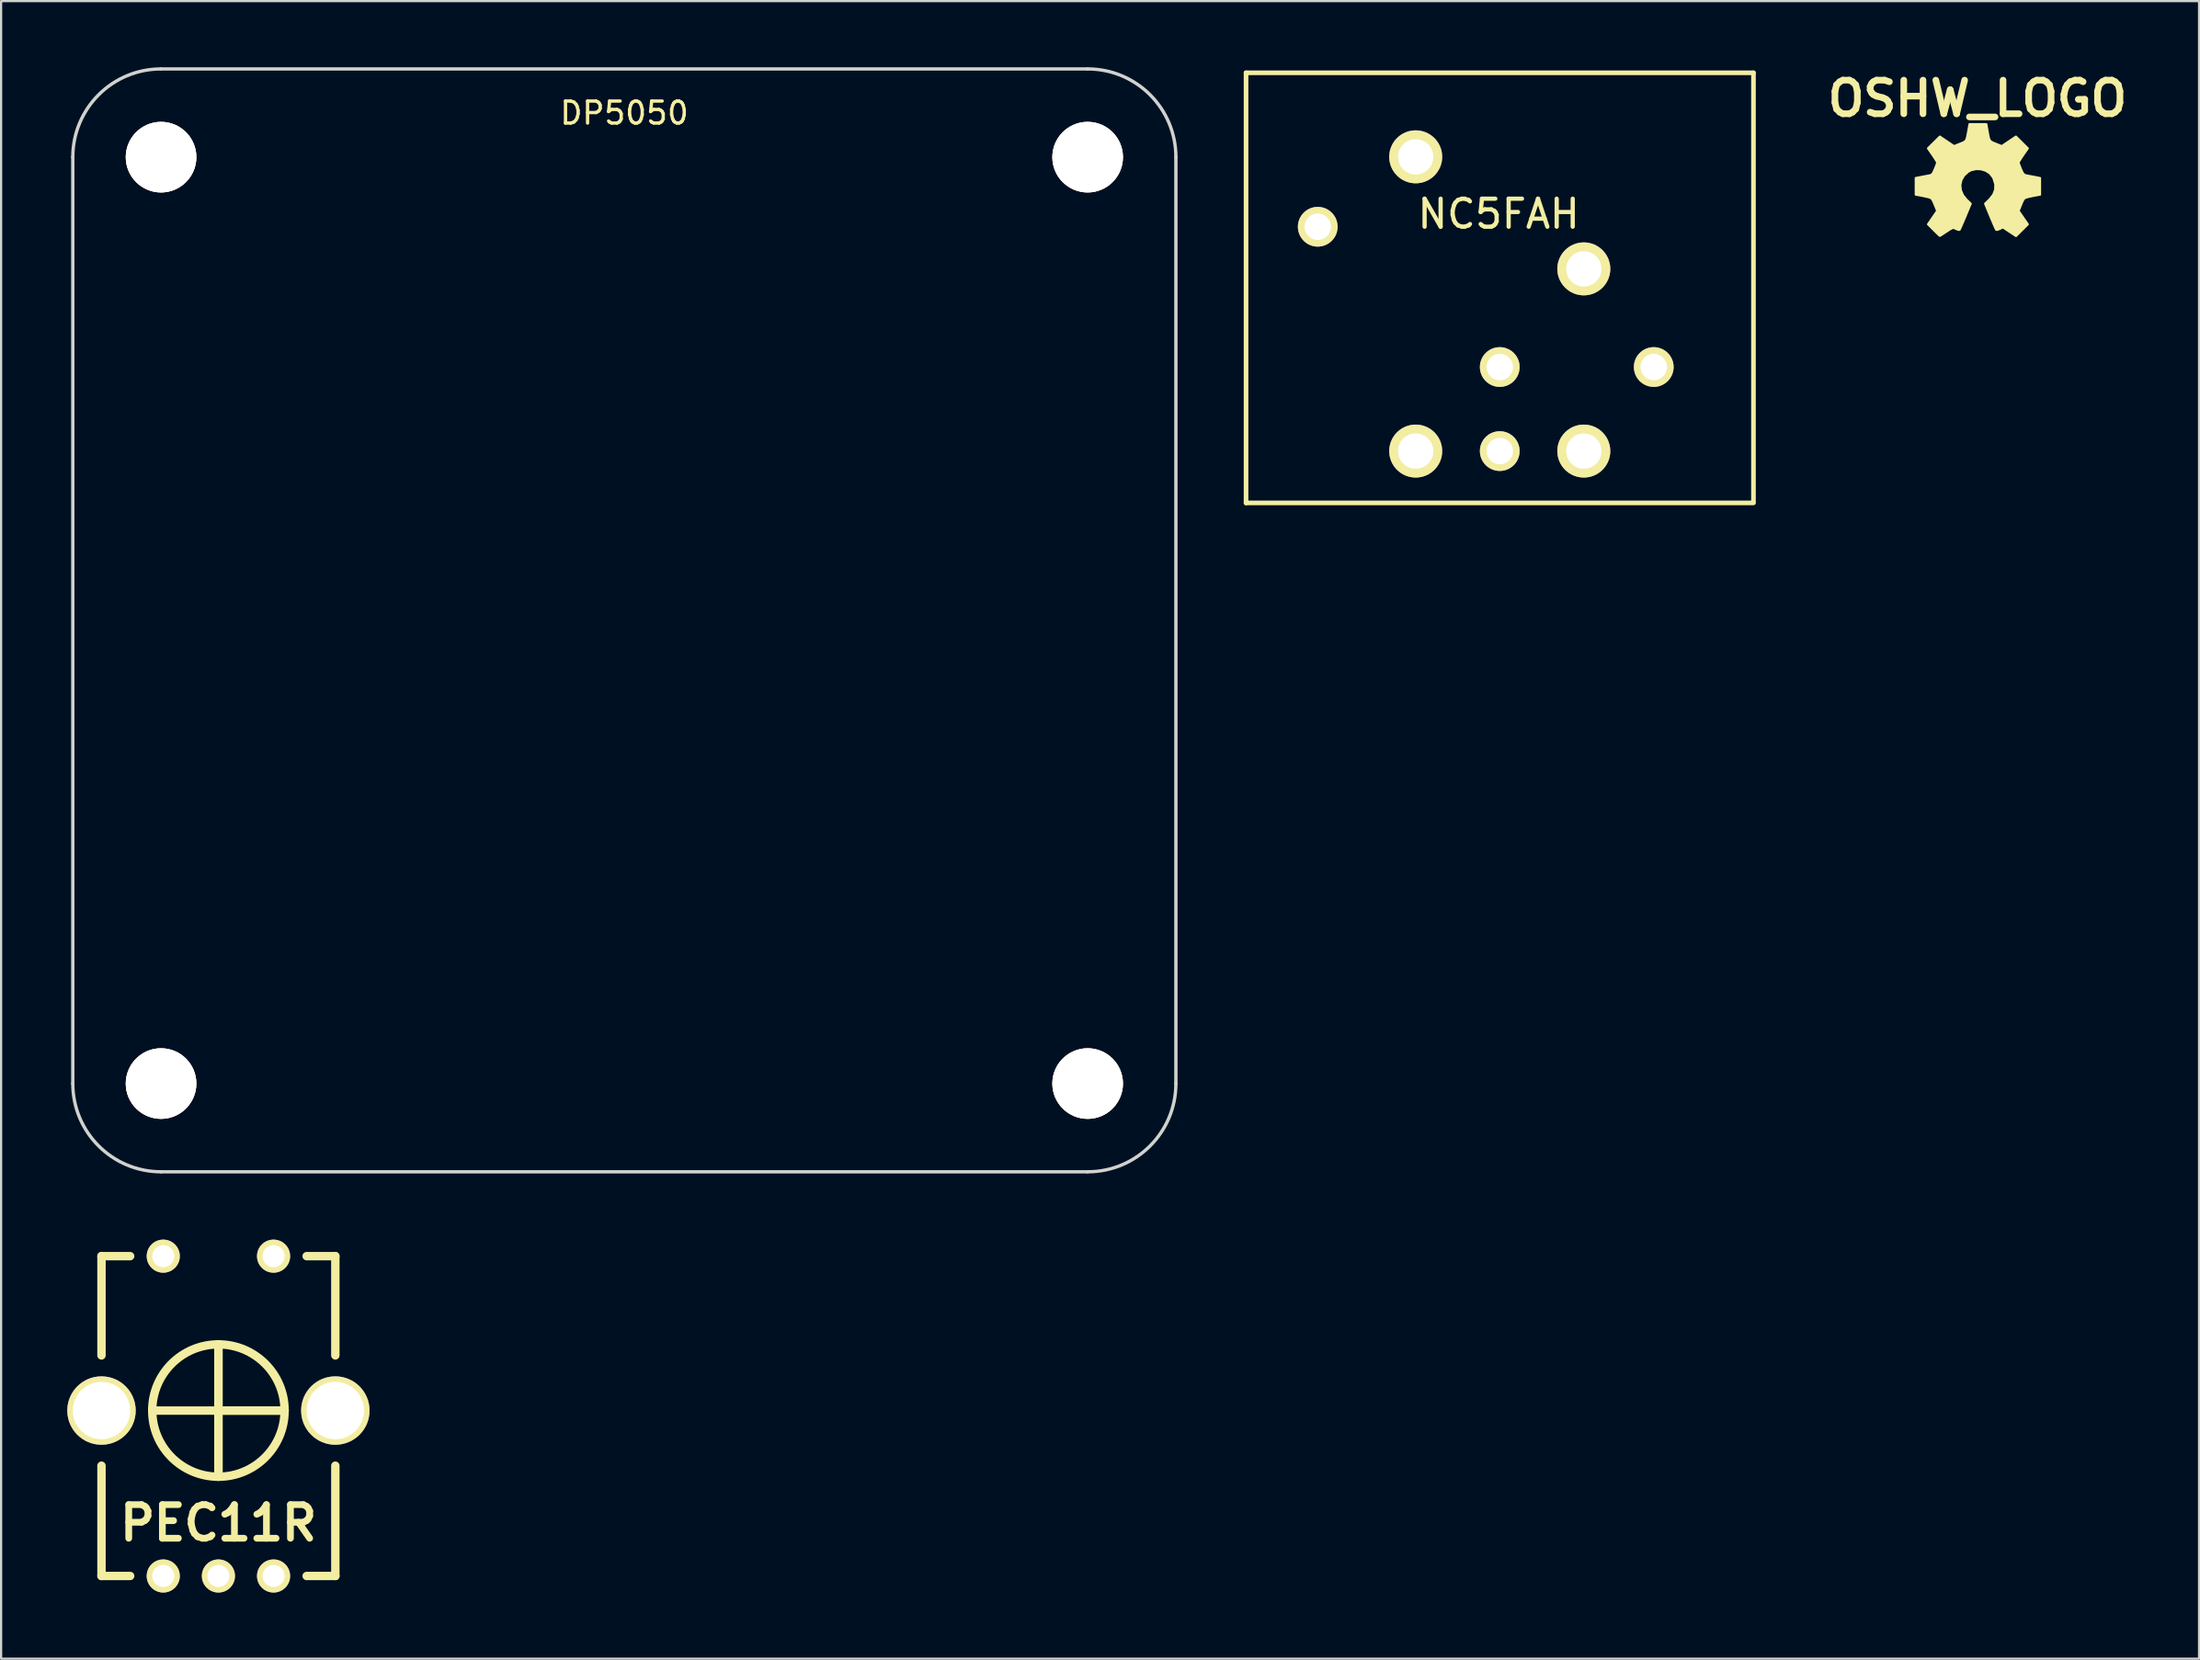
<source format=kicad_pcb>
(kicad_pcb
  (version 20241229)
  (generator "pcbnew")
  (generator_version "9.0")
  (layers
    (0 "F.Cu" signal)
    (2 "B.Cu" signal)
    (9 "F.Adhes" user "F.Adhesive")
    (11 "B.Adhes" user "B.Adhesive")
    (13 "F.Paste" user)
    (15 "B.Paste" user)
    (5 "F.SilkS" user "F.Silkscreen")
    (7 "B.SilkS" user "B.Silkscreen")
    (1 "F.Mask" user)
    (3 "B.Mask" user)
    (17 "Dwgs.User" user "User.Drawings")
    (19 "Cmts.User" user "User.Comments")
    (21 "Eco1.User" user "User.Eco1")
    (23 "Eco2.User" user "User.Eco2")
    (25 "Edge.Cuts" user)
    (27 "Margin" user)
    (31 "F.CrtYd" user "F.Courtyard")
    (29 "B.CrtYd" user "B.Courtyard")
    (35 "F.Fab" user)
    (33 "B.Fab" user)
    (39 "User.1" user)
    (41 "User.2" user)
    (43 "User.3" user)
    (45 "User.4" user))
  (footprint "PEC11R"
    (layer "F.Cu")
    (at 1.55 60.9)
    (property "Reference" "PEC11R" (at 5.3 5.1 0) (layer "F.SilkS") (effects (font (size 1.524 1.524) (thickness 0.305))))
    (attr through_hole)
    (fp_line (start 0 -7) (end 1.3 -7) (stroke (width 0.381) (type solid)) (layer "F.SilkS"))
    (fp_line (start 0 -2.5) (end 0 -7) (stroke (width 0.381) (type solid)) (layer "F.SilkS"))
    (fp_line (start 0 2.5) (end 0 7.5) (stroke (width 0.381) (type solid)) (layer "F.SilkS"))
    (fp_line (start 0 7.5) (end 1.3 7.5) (stroke (width 0.381) (type solid)) (layer "F.SilkS"))
    (fp_line (start 5.3 -3) (end 5.3 3) (stroke (width 0.381) (type solid)) (layer "F.SilkS"))
    (fp_line (start 5.3 0) (end 5.3 -3) (stroke (width 0.381) (type solid)) (layer "F.SilkS"))
    (fp_line (start 5.3 0) (end 8.3 0) (stroke (width 0.381) (type solid)) (layer "F.SilkS"))
    (fp_line (start 5.3 3) (end 5.3 0) (stroke (width 0.381) (type solid)) (layer "F.SilkS"))
    (fp_line (start 8.3 0) (end 2.3 0) (stroke (width 0.381) (type solid)) (layer "F.SilkS"))
    (fp_line (start 10.6 -7) (end 9.3 -7) (stroke (width 0.381) (type solid)) (layer "F.SilkS"))
    (fp_line (start 10.6 -2.5) (end 10.6 -7) (stroke (width 0.381) (type solid)) (layer "F.SilkS"))
    (fp_line (start 10.6 2.5) (end 10.6 7.5) (stroke (width 0.381) (type solid)) (layer "F.SilkS"))
    (fp_line (start 10.6 7.5) (end 9.3 7.5) (stroke (width 0.381) (type solid)) (layer "F.SilkS"))
    (fp_circle (center 5.3 0) (end 8.3 0) (stroke (width 0.381) (type solid)) (fill no) (layer "F.SilkS"))
    (pad "1" thru_hole circle (at 2.8 -7) (size 1.5 1.5) (drill 1) (layers "*.Cu" "*.Mask" "F.SilkS"))
    (pad "2" thru_hole circle (at 7.8 -7) (size 1.5 1.5) (drill 1) (layers "*.Cu" "*.Mask" "F.SilkS"))
    (pad "A" thru_hole circle (at 2.8 7.5) (size 1.5 1.5) (drill 1) (layers "*.Cu" "*.Mask" "F.SilkS"))
    (pad "B" thru_hole circle (at 7.8 7.5) (size 1.5 1.5) (drill 1) (layers "*.Cu" "*.Mask" "F.SilkS"))
    (pad "C" thru_hole circle (at 5.3 7.5) (size 1.5 1.5) (drill 1) (layers "*.Cu" "*.Mask" "F.SilkS"))
    (pad "M1" thru_hole circle (at 0 0) (size 3.1 3.1) (drill 2.6) (layers "*.Cu" "*.Mask" "F.SilkS"))
    (pad "M2" thru_hole circle (at 10.6 0) (size 3.1 3.1) (drill 2.6) (layers "*.Cu" "*.Mask" "F.SilkS")))
  (footprint "DP5050"
    (layer "F.Cu")
    (at 0.25 40.075)
    (property "Reference" "DP5050" (at 25 -38 0) (layer "F.SilkS") (effects (font (size 1 1) (thickness 0.15))))
    (attr through_hole)
    (fp_line (start 0 -36) (end 0 6) (stroke (width 0.15) (type solid)) (layer "Edge.Cuts"))
    (fp_line (start 4 -40) (end 46 -40) (stroke (width 0.15) (type solid)) (layer "Edge.Cuts"))
    (fp_line (start 4 10) (end 46 10) (stroke (width 0.15) (type solid)) (layer "Edge.Cuts"))
    (fp_line (start 50 -36) (end 50 6) (stroke (width 0.15) (type solid)) (layer "Edge.Cuts"))
    (fp_arc (start 0 -36) (mid 1.171573 -38.828427) (end 4 -40) (stroke (width 0.15) (type solid)) (layer "Edge.Cuts"))
    (fp_arc (start 4 10) (mid 1.171573 8.828427) (end 0 6) (stroke (width 0.15) (type solid)) (layer "Edge.Cuts"))
    (fp_arc (start 46 -40) (mid 48.828427 -38.828427) (end 50 -36) (stroke (width 0.15) (type solid)) (layer "Edge.Cuts"))
    (fp_arc (start 50 6) (mid 48.828427 8.828427) (end 46 10) (stroke (width 0.15) (type solid)) (layer "Edge.Cuts"))
    (pad "" thru_hole circle (at 4 -36) (size 3.2 3.2) (drill 3.2) (layers "*.Cu" "*.Mask" "F.SilkS"))
    (pad "" thru_hole circle (at 4 6) (size 3.2 3.2) (drill 3.2) (layers "*.Cu" "*.Mask" "F.SilkS"))
    (pad "" thru_hole circle (at 46 -36) (size 3.2 3.2) (drill 3.2) (layers "*.Cu" "*.Mask" "F.SilkS"))
    (pad "" thru_hole circle (at 46 6) (size 3.2 3.2) (drill 3.2) (layers "*.Cu" "*.Mask" "F.SilkS")))
  (footprint "OSHW_LOGO"
    (layer "F.Cu")
    (at 86.582 5.228)
    (property "Reference" "OSHW_LOGO" (at 0 -3.81 0) (layer "F.SilkS") (effects (font (size 1.524 1.524) (thickness 0.3))))
    (attr through_hole)
    (fp_poly (pts (xy 2.836 0.546) (xy 2.678 0.574) (xy 2.536 0.6) (xy 2.369 0.636) (xy 2.31 0.65) (xy 2.203 0.678) (xy 2.132 0.713) (xy 2.08 0.774) (xy 2.027 0.882) (xy 1.982 0.991) (xy 1.862 1.284) (xy 2.072 1.588) (xy 2.281 1.891) (xy 2.014 2.156) (xy 1.747 2.421) (xy 1.449 2.223) (xy 1.152 2.025) (xy 1.016 2.095) (xy 0.92 2.134) (xy 0.859 2.141) (xy 0.854 2.138) (xy 0.828 2.091) (xy 0.778 1.98) (xy 0.708 1.819) (xy 0.626 1.625) (xy 0.588 1.534) (xy 0.35 0.957) (xy 0.551 0.761) (xy 0.721 0.547) (xy 0.808 0.318) (xy 0.812 0.074) (xy 0.733 -0.185) (xy 0.704 -0.244) (xy 0.57 -0.415) (xy 0.385 -0.538) (xy 0.167 -0.606) (xy -0.064 -0.616) (xy -0.288 -0.564) (xy -0.415 -0.498) (xy -0.606 -0.326) (xy -0.728 -0.119) (xy -0.778 0.109) (xy -0.755 0.344) (xy -0.659 0.572) (xy -0.506 0.764) (xy -0.307 0.957) (xy -0.548 1.537) (xy -0.635 1.742) (xy -0.711 1.919) (xy -0.77 2.052) (xy -0.807 2.129) (xy -0.814 2.14) (xy -0.864 2.139) (xy -0.955 2.105) (xy -0.974 2.095) (xy -1.043 2.063) (xy -1.099 2.053) (xy -1.165 2.072) (xy -1.259 2.126) (xy -1.401 2.219) (xy -1.536 2.308) (xy -1.641 2.376) (xy -1.698 2.41) (xy -1.704 2.413) (xy -1.737 2.385) (xy -1.815 2.311) (xy -1.924 2.204) (xy -1.977 2.151) (xy -2.238 1.89) (xy -2.029 1.587) (xy -1.82 1.284) (xy -1.939 0.991) (xy -2.003 0.842) (xy -2.053 0.751) (xy -2.109 0.7) (xy -2.189 0.669) (xy -2.268 0.65) (xy -2.429 0.614) (xy -2.587 0.582) (xy -2.635 0.574) (xy -2.794 0.546) (xy -2.794 0.17) (xy -2.794 -0.206) (xy -2.572 -0.249) (xy -2.409 -0.281) (xy -2.252 -0.31) (xy -2.195 -0.32) (xy -2.109 -0.341) (xy -2.049 -0.382) (xy -1.996 -0.463) (xy -1.932 -0.603) (xy -1.931 -0.607) (xy -1.874 -0.745) (xy -1.835 -0.854) (xy -1.82 -0.907) (xy -1.843 -0.958) (xy -1.904 -1.059) (xy -1.991 -1.192) (xy -2.03 -1.249) (xy -2.239 -1.552) (xy -1.971 -1.818) (xy -1.703 -2.083) (xy -1.382 -1.867) (xy -1.061 -1.65) (xy -0.784 -1.761) (xy -0.66 -1.811) (xy -0.576 -1.856) (xy -0.52 -1.911) (xy -0.483 -1.996) (xy -0.452 -2.126) (xy -0.417 -2.32) (xy -0.411 -2.349) (xy -0.359 -2.646) (xy 0.021 -2.646) (xy 0.401 -2.646) (xy 0.454 -2.349) (xy 0.49 -2.146) (xy 0.521 -2.009) (xy 0.557 -1.92) (xy 0.61 -1.862) (xy 0.69 -1.817) (xy 0.808 -1.768) (xy 0.827 -1.761) (xy 1.103 -1.65) (xy 1.424 -1.867) (xy 1.745 -2.083) (xy 2.013 -1.818) (xy 2.281 -1.552) (xy 2.072 -1.249) (xy 1.978 -1.109) (xy 1.905 -0.993) (xy 1.866 -0.92) (xy 1.863 -0.907) (xy 1.878 -0.851) (xy 1.919 -0.741) (xy 1.973 -0.607) (xy 2.037 -0.466) (xy 2.09 -0.384) (xy 2.15 -0.342) (xy 2.236 -0.32) (xy 2.238 -0.32) (xy 2.373 -0.295) (xy 2.54 -0.264) (xy 2.614 -0.249) (xy 2.836 -0.206) (xy 2.836 0.17) (xy 2.836 0.546)) (stroke (width 0.1) (type solid)) (fill yes) (layer "F.SilkS")))
  (footprint "NC5FAH"
    (layer "F.Cu")
    (at 64.93 0.25)
    (property "Reference" "NC5FAH" (at -0.05 6.4 0) (layer "F.SilkS") (effects (font (size 1.27 1.27) (thickness 0.191))))
    (attr through_hole)
    (fp_line (start -11.5 0) (end -11.5 19.5) (stroke (width 0.21) (type solid)) (layer "F.SilkS"))
    (fp_line (start -11.5 0) (end 11.5 0) (stroke (width 0.21) (type solid)) (layer "F.SilkS"))
    (fp_line (start -11.5 19.5) (end 11.5 19.5) (stroke (width 0.21) (type solid)) (layer "F.SilkS"))
    (fp_line (start 11.5 19.45) (end 11.5 0) (stroke (width 0.21) (type solid)) (layer "F.SilkS"))
    (pad "" thru_hole circle (at -3.81 3.81) (size 2.4 2.4) (drill 1.6) (layers "*.Cu" "*.Mask" "F.SilkS"))
    (pad "" thru_hole circle (at 3.81 8.89) (size 2.4 2.4) (drill 1.6) (layers "*.Cu" "*.Mask" "F.SilkS"))
    (pad "1" thru_hole circle (at -3.81 17.15) (size 2.4 2.4) (drill 1.6) (layers "*.Cu" "*.Mask" "F.SilkS"))
    (pad "2" thru_hole circle (at 0 13.34) (size 1.8 1.8) (drill 1.2) (layers "*.Cu" "*.Mask" "F.SilkS"))
    (pad "3" thru_hole circle (at 0 17.15) (size 1.8 1.8) (drill 1.2) (layers "*.Cu" "*.Mask" "F.SilkS"))
    (pad "4" thru_hole circle (at 6.98 13.34) (size 1.8 1.8) (drill 1.2) (layers "*.Cu" "*.Mask" "F.SilkS"))
    (pad "5" thru_hole circle (at 3.81 17.15) (size 2.4 2.4) (drill 1.6) (layers "*.Cu" "*.Mask" "F.SilkS"))
    (pad "G" thru_hole circle (at -8.25 6.98) (size 1.8 1.8) (drill 1.2) (layers "*.Cu" "*.Mask" "F.SilkS")))
  (gr_rect
    (start -3 -3)
    (end 96.628 72.15)
    (stroke (width 0.1) (type default))
    (fill no)
    (layer "Edge.Cuts")))
</source>
